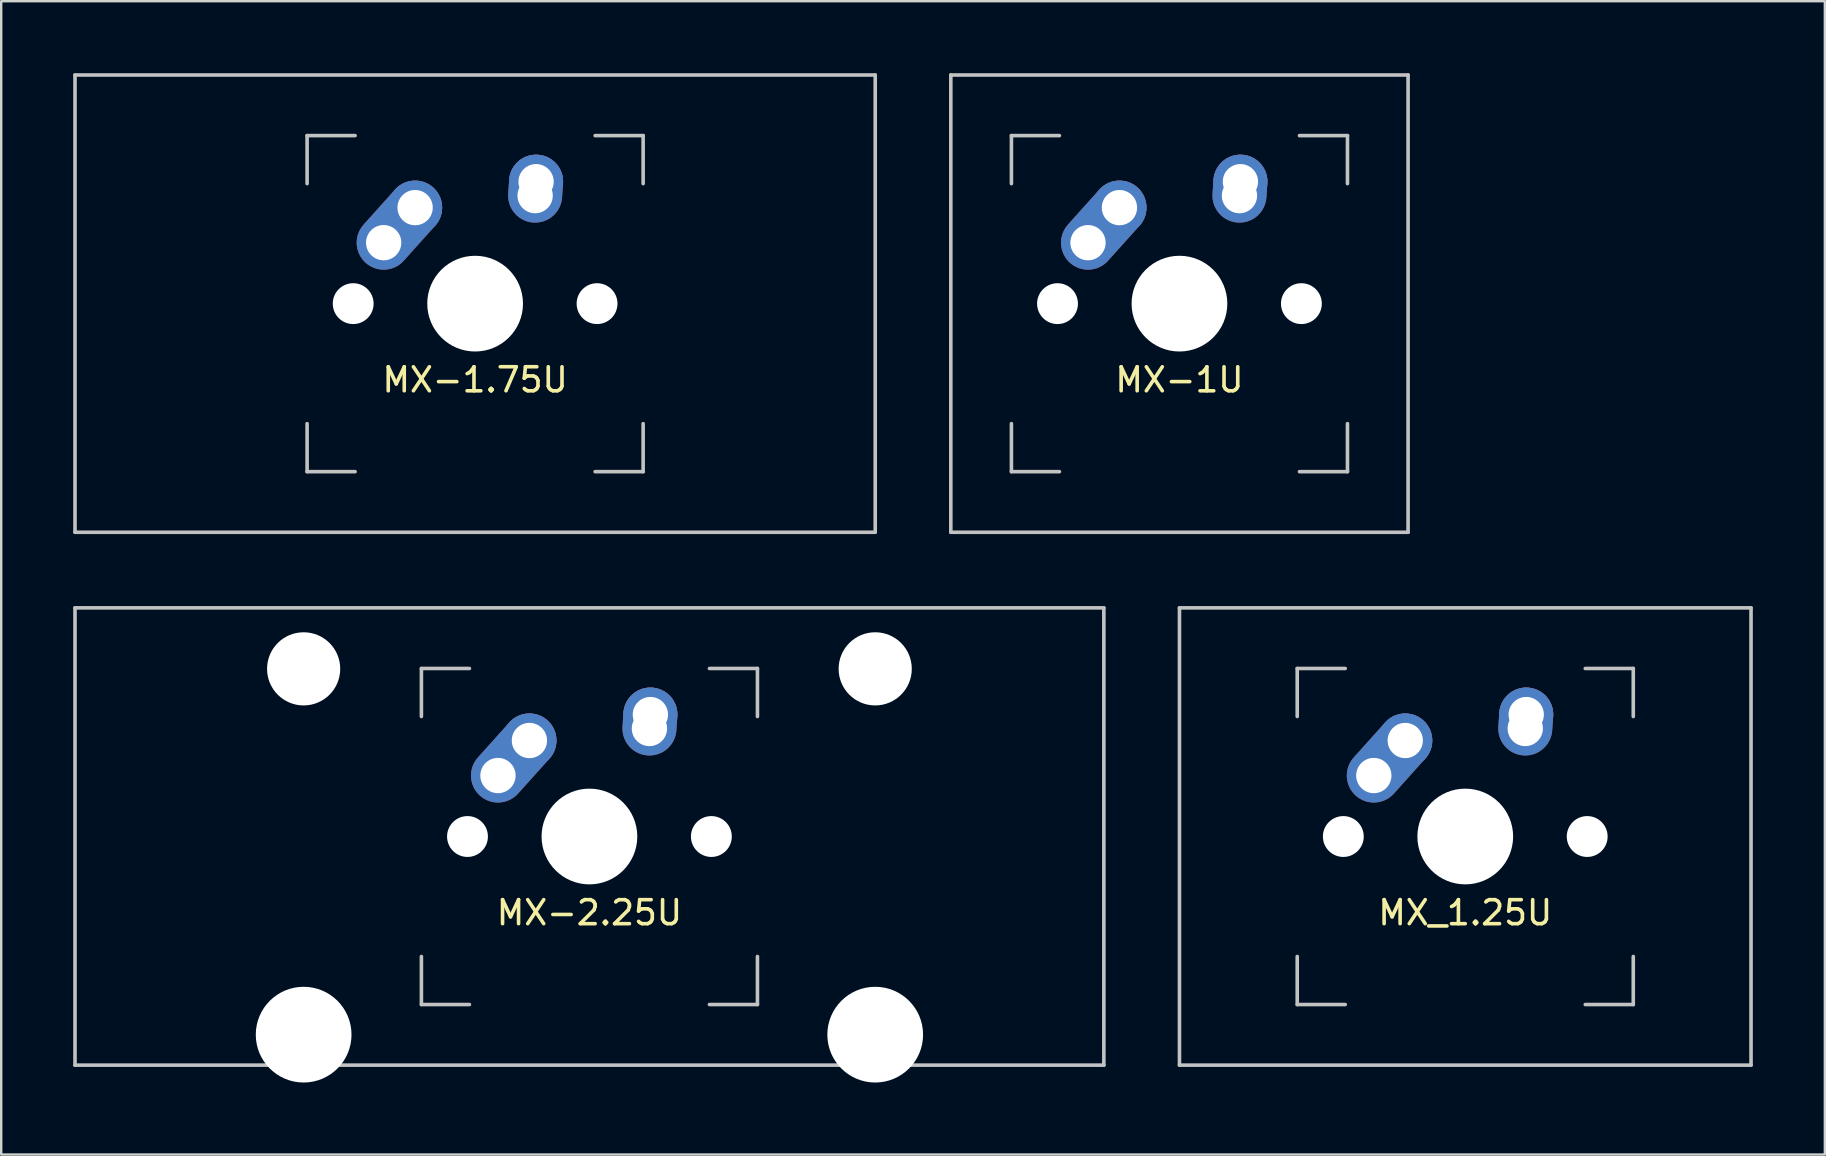
<source format=kicad_pcb>
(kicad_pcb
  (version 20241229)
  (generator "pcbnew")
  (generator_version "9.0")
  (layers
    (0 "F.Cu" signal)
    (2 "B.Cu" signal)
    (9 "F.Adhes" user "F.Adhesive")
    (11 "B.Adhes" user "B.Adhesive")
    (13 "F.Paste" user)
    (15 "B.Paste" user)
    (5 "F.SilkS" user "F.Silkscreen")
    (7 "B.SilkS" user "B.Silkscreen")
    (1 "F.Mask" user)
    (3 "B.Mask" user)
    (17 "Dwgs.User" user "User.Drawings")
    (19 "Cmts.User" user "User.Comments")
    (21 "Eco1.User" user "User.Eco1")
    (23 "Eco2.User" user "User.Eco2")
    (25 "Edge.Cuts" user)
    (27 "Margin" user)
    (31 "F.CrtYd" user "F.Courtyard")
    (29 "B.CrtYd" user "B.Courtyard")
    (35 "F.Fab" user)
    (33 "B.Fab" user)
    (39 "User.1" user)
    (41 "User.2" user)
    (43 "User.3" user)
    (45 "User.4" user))
  (footprint "MX-1U"
    (layer "F.Cu")
    (at 46.087 9.6)
    (property "Reference" "MX-1U" (at 0 3.175 0) (layer "F.SilkS") (effects (font (size 1 1) (thickness 0.15))))
    (attr through_hole)
    (fp_line (start -9.525 -9.525) (end 9.525 -9.525) (stroke (width 0.15) (type solid)) (layer "Dwgs.User"))
    (fp_line (start -9.525 9.525) (end -9.525 -9.525) (stroke (width 0.15) (type solid)) (layer "Dwgs.User"))
    (fp_line (start -7 -7) (end -7 -5) (stroke (width 0.15) (type solid)) (layer "Dwgs.User"))
    (fp_line (start -7 5) (end -7 7) (stroke (width 0.15) (type solid)) (layer "Dwgs.User"))
    (fp_line (start -7 7) (end -5 7) (stroke (width 0.15) (type solid)) (layer "Dwgs.User"))
    (fp_line (start -5 -7) (end -7 -7) (stroke (width 0.15) (type solid)) (layer "Dwgs.User"))
    (fp_line (start 5 -7) (end 7 -7) (stroke (width 0.15) (type solid)) (layer "Dwgs.User"))
    (fp_line (start 5 7) (end 7 7) (stroke (width 0.15) (type solid)) (layer "Dwgs.User"))
    (fp_line (start 7 -7) (end 7 -5) (stroke (width 0.15) (type solid)) (layer "Dwgs.User"))
    (fp_line (start 7 7) (end 7 5) (stroke (width 0.15) (type solid)) (layer "Dwgs.User"))
    (fp_line (start 9.525 -9.525) (end 9.525 9.525) (stroke (width 0.15) (type solid)) (layer "Dwgs.User"))
    (fp_line (start 9.525 9.525) (end -9.525 9.525) (stroke (width 0.15) (type solid)) (layer "Dwgs.User"))
    (pad "" np_thru_hole circle (at -5.08 0 48.1) (size 1.702 1.702) (drill 1.702) (layers "*.Cu" "*.Mask"))
    (pad "" np_thru_hole circle (at 0 0) (size 3.988 3.988) (drill 3.988) (layers "*.Cu" "*.Mask"))
    (pad "" np_thru_hole circle (at 5.08 0 48.1) (size 1.702 1.702) (drill 1.702) (layers "*.Cu" "*.Mask"))
    (pad "1" thru_hole oval (at -3.81 -2.54 48.1) (size 4.212 2.25) (drill 1.47 (offset 0.981 0)) (layers "*.Cu" "*.Mask"))
    (pad "1" thru_hole circle (at -2.5 -4) (size 2.25 2.25) (drill 1.47) (layers "*.Cu" "*.Mask"))
    (pad "2" thru_hole oval (at 2.5 -4.5 86.055) (size 2.831 2.25) (drill 1.47 (offset 0.291 0)) (layers "*.Cu" "*.Mask"))
    (pad "2" thru_hole circle (at 2.54 -5.08) (size 2.25 2.25) (drill 1.47) (layers "*.Cu" "*.Mask")))
  (footprint "MX-2.25U"
    (layer "F.Cu")
    (at 21.506 31.8)
    (property "Reference" "MX-2.25U" (at 0 3.175 0) (layer "F.SilkS") (effects (font (size 1 1) (thickness 0.15))))
    (attr through_hole)
    (fp_line (start -21.431 -9.525) (end 21.431 -9.525) (stroke (width 0.15) (type solid)) (layer "Dwgs.User"))
    (fp_line (start -21.431 9.525) (end -21.431 -9.525) (stroke (width 0.15) (type solid)) (layer "Dwgs.User"))
    (fp_line (start -21.431 9.525) (end 21.431 9.525) (stroke (width 0.15) (type solid)) (layer "Dwgs.User"))
    (fp_line (start -7 -7) (end -7 -5) (stroke (width 0.15) (type solid)) (layer "Dwgs.User"))
    (fp_line (start -7 5) (end -7 7) (stroke (width 0.15) (type solid)) (layer "Dwgs.User"))
    (fp_line (start -7 7) (end -5 7) (stroke (width 0.15) (type solid)) (layer "Dwgs.User"))
    (fp_line (start -5 -7) (end -7 -7) (stroke (width 0.15) (type solid)) (layer "Dwgs.User"))
    (fp_line (start 5 -7) (end 7 -7) (stroke (width 0.15) (type solid)) (layer "Dwgs.User"))
    (fp_line (start 5 7) (end 7 7) (stroke (width 0.15) (type solid)) (layer "Dwgs.User"))
    (fp_line (start 7 -7) (end 7 -5) (stroke (width 0.15) (type solid)) (layer "Dwgs.User"))
    (fp_line (start 7 7) (end 7 5) (stroke (width 0.15) (type solid)) (layer "Dwgs.User"))
    (fp_line (start 21.431 -9.525) (end 21.431 9.525) (stroke (width 0.15) (type solid)) (layer "Dwgs.User"))
    (pad "" np_thru_hole circle (at -11.906 -6.985) (size 3.048 3.048) (drill 3.048) (layers "*.Cu" "*.Mask"))
    (pad "" np_thru_hole circle (at -11.906 8.255) (size 3.988 3.988) (drill 3.988) (layers "*.Cu" "*.Mask"))
    (pad "" np_thru_hole circle (at -5.08 0 48.1) (size 1.702 1.702) (drill 1.702) (layers "*.Cu" "*.Mask"))
    (pad "" np_thru_hole circle (at 0 0) (size 3.988 3.988) (drill 3.988) (layers "*.Cu" "*.Mask"))
    (pad "" np_thru_hole circle (at 5.08 0 48.1) (size 1.702 1.702) (drill 1.702) (layers "*.Cu" "*.Mask"))
    (pad "" np_thru_hole circle (at 11.906 -6.985) (size 3.048 3.048) (drill 3.048) (layers "*.Cu" "*.Mask"))
    (pad "" np_thru_hole circle (at 11.906 8.255) (size 3.988 3.988) (drill 3.988) (layers "*.Cu" "*.Mask"))
    (pad "1" thru_hole oval (at -3.81 -2.54 48.1) (size 4.212 2.25) (drill 1.47 (offset 0.981 0)) (layers "*.Cu" "*.Mask"))
    (pad "1" thru_hole circle (at -2.5 -4) (size 2.25 2.25) (drill 1.47) (layers "*.Cu" "*.Mask"))
    (pad "2" thru_hole oval (at 2.5 -4.5 86.055) (size 2.831 2.25) (drill 1.47 (offset 0.291 0)) (layers "*.Cu" "*.Mask"))
    (pad "2" thru_hole circle (at 2.54 -5.08) (size 2.25 2.25) (drill 1.47) (layers "*.Cu" "*.Mask")))
  (footprint "MX_1.25U"
    (layer "F.Cu")
    (at 57.994 31.8)
    (property "Reference" "MX_1.25U" (at 0 3.175 0) (layer "F.SilkS") (effects (font (size 1 1) (thickness 0.15))))
    (attr through_hole)
    (fp_line (start -11.906 -9.525) (end 11.906 -9.525) (stroke (width 0.15) (type solid)) (layer "Dwgs.User"))
    (fp_line (start -11.906 9.525) (end -11.906 -9.525) (stroke (width 0.15) (type solid)) (layer "Dwgs.User"))
    (fp_line (start -11.906 9.525) (end 11.906 9.525) (stroke (width 0.15) (type solid)) (layer "Dwgs.User"))
    (fp_line (start -7 -7) (end -7 -5) (stroke (width 0.15) (type solid)) (layer "Dwgs.User"))
    (fp_line (start -7 5) (end -7 7) (stroke (width 0.15) (type solid)) (layer "Dwgs.User"))
    (fp_line (start -7 7) (end -5 7) (stroke (width 0.15) (type solid)) (layer "Dwgs.User"))
    (fp_line (start -5 -7) (end -7 -7) (stroke (width 0.15) (type solid)) (layer "Dwgs.User"))
    (fp_line (start 5 -7) (end 7 -7) (stroke (width 0.15) (type solid)) (layer "Dwgs.User"))
    (fp_line (start 5 7) (end 7 7) (stroke (width 0.15) (type solid)) (layer "Dwgs.User"))
    (fp_line (start 7 -7) (end 7 -5) (stroke (width 0.15) (type solid)) (layer "Dwgs.User"))
    (fp_line (start 7 7) (end 7 5) (stroke (width 0.15) (type solid)) (layer "Dwgs.User"))
    (fp_line (start 11.906 -9.525) (end 11.906 9.525) (stroke (width 0.15) (type solid)) (layer "Dwgs.User"))
    (pad "" np_thru_hole circle (at -5.08 0 48.1) (size 1.702 1.702) (drill 1.702) (layers "*.Cu" "*.Mask"))
    (pad "" np_thru_hole circle (at 0 0) (size 3.988 3.988) (drill 3.988) (layers "*.Cu" "*.Mask"))
    (pad "" np_thru_hole circle (at 5.08 0 48.1) (size 1.702 1.702) (drill 1.702) (layers "*.Cu" "*.Mask"))
    (pad "1" thru_hole oval (at -3.81 -2.54 48.1) (size 4.212 2.25) (drill 1.47 (offset 0.981 0)) (layers "*.Cu" "*.Mask"))
    (pad "1" thru_hole circle (at -2.5 -4) (size 2.25 2.25) (drill 1.47) (layers "*.Cu" "*.Mask"))
    (pad "2" thru_hole oval (at 2.5 -4.5 86.055) (size 2.831 2.25) (drill 1.47 (offset 0.291 0)) (layers "*.Cu" "*.Mask"))
    (pad "2" thru_hole circle (at 2.54 -5.08) (size 2.25 2.25) (drill 1.47) (layers "*.Cu" "*.Mask")))
  (footprint "MX-1.75U"
    (layer "F.Cu")
    (at 16.744 9.6)
    (property "Reference" "MX-1.75U" (at 0 3.175 0) (layer "F.SilkS") (effects (font (size 1 1) (thickness 0.15))))
    (attr through_hole)
    (fp_line (start -16.669 -9.525) (end 16.669 -9.525) (stroke (width 0.15) (type solid)) (layer "Dwgs.User"))
    (fp_line (start -16.669 9.525) (end -16.669 -9.525) (stroke (width 0.15) (type solid)) (layer "Dwgs.User"))
    (fp_line (start -16.669 9.525) (end 16.669 9.525) (stroke (width 0.15) (type solid)) (layer "Dwgs.User"))
    (fp_line (start -7 -7) (end -7 -5) (stroke (width 0.15) (type solid)) (layer "Dwgs.User"))
    (fp_line (start -7 5) (end -7 7) (stroke (width 0.15) (type solid)) (layer "Dwgs.User"))
    (fp_line (start -7 7) (end -5 7) (stroke (width 0.15) (type solid)) (layer "Dwgs.User"))
    (fp_line (start -5 -7) (end -7 -7) (stroke (width 0.15) (type solid)) (layer "Dwgs.User"))
    (fp_line (start 5 -7) (end 7 -7) (stroke (width 0.15) (type solid)) (layer "Dwgs.User"))
    (fp_line (start 5 7) (end 7 7) (stroke (width 0.15) (type solid)) (layer "Dwgs.User"))
    (fp_line (start 7 -7) (end 7 -5) (stroke (width 0.15) (type solid)) (layer "Dwgs.User"))
    (fp_line (start 7 7) (end 7 5) (stroke (width 0.15) (type solid)) (layer "Dwgs.User"))
    (fp_line (start 16.669 -9.525) (end 16.669 9.525) (stroke (width 0.15) (type solid)) (layer "Dwgs.User"))
    (pad "" np_thru_hole circle (at -5.08 0 48.1) (size 1.702 1.702) (drill 1.702) (layers "*.Cu" "*.Mask"))
    (pad "" np_thru_hole circle (at 0 0) (size 3.988 3.988) (drill 3.988) (layers "*.Cu" "*.Mask"))
    (pad "" np_thru_hole circle (at 5.08 0 48.1) (size 1.702 1.702) (drill 1.702) (layers "*.Cu" "*.Mask"))
    (pad "1" thru_hole oval (at -3.81 -2.54 48.1) (size 4.212 2.25) (drill 1.47 (offset 0.981 0)) (layers "*.Cu" "*.Mask"))
    (pad "1" thru_hole circle (at -2.5 -4) (size 2.25 2.25) (drill 1.47) (layers "*.Cu" "*.Mask"))
    (pad "2" thru_hole oval (at 2.5 -4.5 86.055) (size 2.831 2.25) (drill 1.47 (offset 0.291 0)) (layers "*.Cu" "*.Mask"))
    (pad "2" thru_hole circle (at 2.54 -5.08) (size 2.25 2.25) (drill 1.47) (layers "*.Cu" "*.Mask")))
  (gr_rect
    (start -3 -3)
    (end 72.975 45.049)
    (stroke (width 0.1) (type default))
    (fill no)
    (layer "Edge.Cuts")))
</source>
